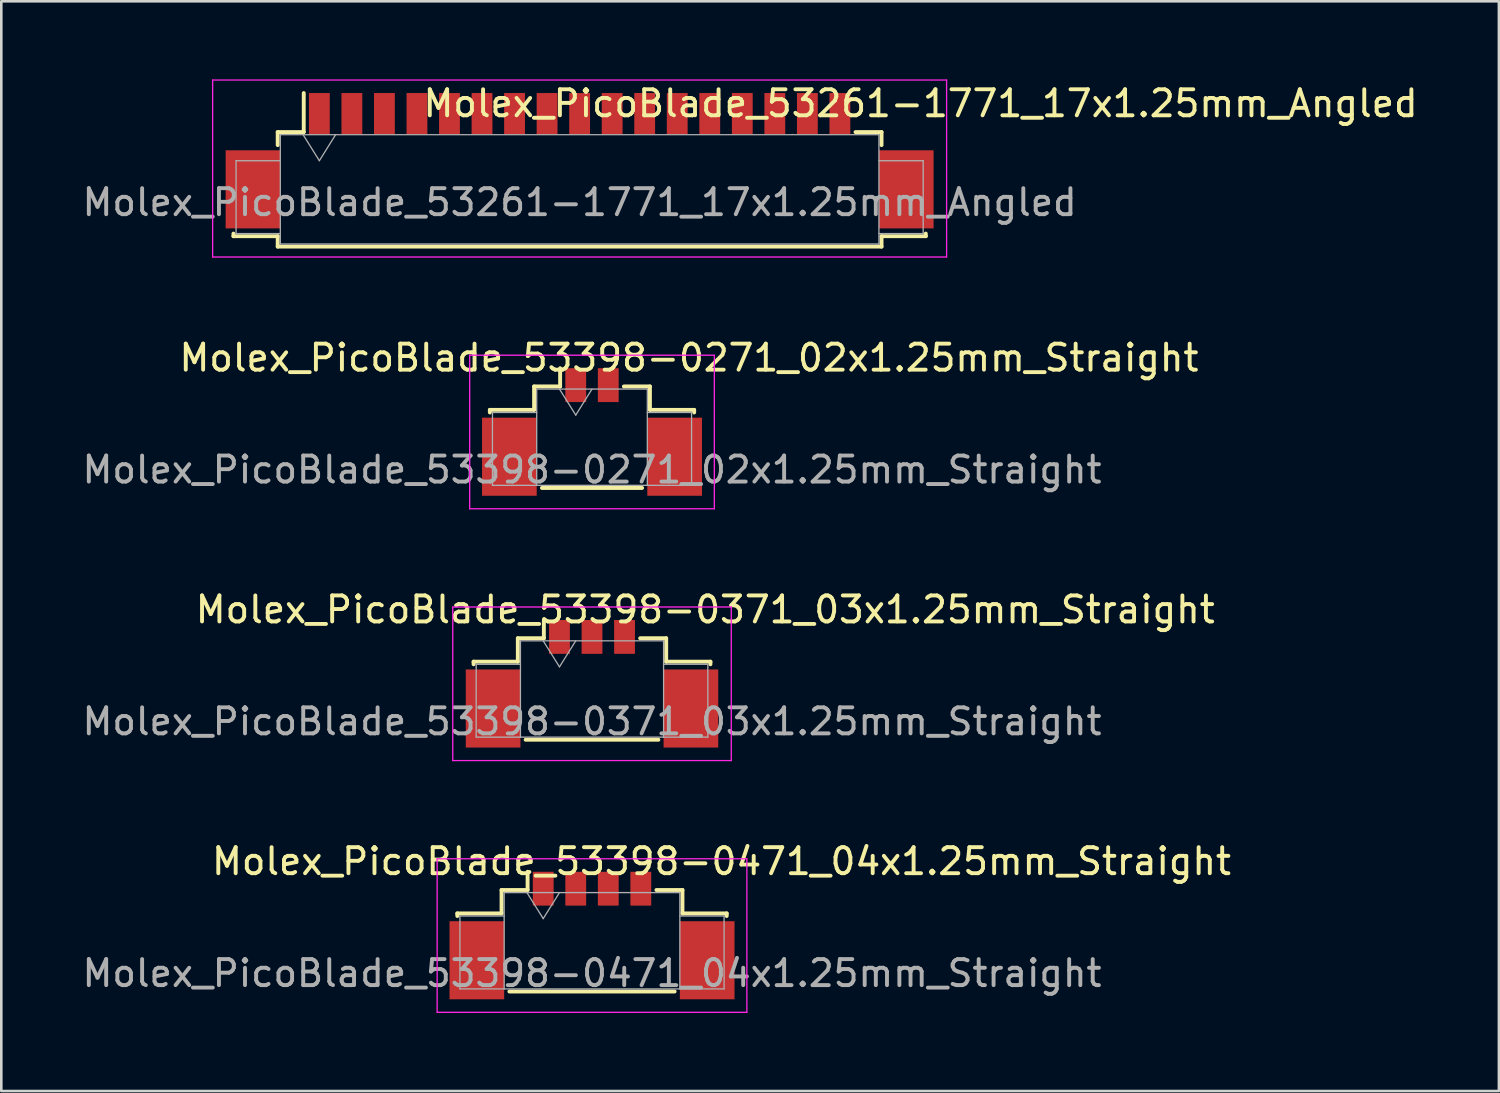
<source format=kicad_pcb>
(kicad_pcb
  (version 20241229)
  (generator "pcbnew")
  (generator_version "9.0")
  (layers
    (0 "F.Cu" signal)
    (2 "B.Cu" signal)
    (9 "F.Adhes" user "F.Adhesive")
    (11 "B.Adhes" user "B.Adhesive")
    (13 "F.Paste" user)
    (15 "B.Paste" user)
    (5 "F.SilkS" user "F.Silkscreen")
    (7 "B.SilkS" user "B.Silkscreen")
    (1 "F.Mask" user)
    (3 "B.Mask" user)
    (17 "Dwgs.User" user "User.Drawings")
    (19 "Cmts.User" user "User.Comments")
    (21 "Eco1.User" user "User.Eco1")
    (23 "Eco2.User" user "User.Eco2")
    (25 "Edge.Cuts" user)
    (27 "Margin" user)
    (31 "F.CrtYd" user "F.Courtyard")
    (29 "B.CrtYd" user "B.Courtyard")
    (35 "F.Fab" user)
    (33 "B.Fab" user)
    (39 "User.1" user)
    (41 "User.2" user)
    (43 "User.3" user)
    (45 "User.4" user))
  (footprint "Molex_PicoBlade_53398-0471_04x1.25mm_Straight"
    (layer "F.Cu")
    (at 19.696 33.845)
    (property "Reference" "Molex_PicoBlade_53398-0471_04x1.25mm_Straight" (at 0 0.5 0) (layer "F.Fab") (effects (font (size 1 1) (thickness 0.15))))
    (attr through_hole)
    (fp_line (start -5.175 -1.8) (end -5.175 -1.7) (stroke (width 0.15) (type solid)) (layer "F.SilkS"))
    (fp_line (start -3.475 -2.7) (end -3.475 -1.8) (stroke (width 0.15) (type solid)) (layer "F.SilkS"))
    (fp_line (start -3.475 -1.8) (end -5.175 -1.8) (stroke (width 0.15) (type solid)) (layer "F.SilkS"))
    (fp_line (start -3.175 1.2) (end 3.175 1.2) (stroke (width 0.15) (type solid)) (layer "F.SilkS"))
    (fp_line (start -2.475 -3.4) (end -2.475 -2.7) (stroke (width 0.15) (type solid)) (layer "F.SilkS"))
    (fp_line (start -2.475 -2.7) (end -3.475 -2.7) (stroke (width 0.15) (type solid)) (layer "F.SilkS"))
    (fp_line (start 2.475 -2.7) (end 3.475 -2.7) (stroke (width 0.15) (type solid)) (layer "F.SilkS"))
    (fp_line (start 3.475 -2.7) (end 3.475 -1.8) (stroke (width 0.15) (type solid)) (layer "F.SilkS"))
    (fp_line (start 3.475 -1.8) (end 5.175 -1.8) (stroke (width 0.15) (type solid)) (layer "F.SilkS"))
    (fp_line (start 5.175 -1.8) (end 5.175 -1.7) (stroke (width 0.15) (type solid)) (layer "F.SilkS"))
    (fp_line (start -5.95 -3.9) (end -5.95 2) (stroke (width 0.05) (type solid)) (layer "F.CrtYd"))
    (fp_line (start -5.95 2) (end 5.95 2) (stroke (width 0.05) (type solid)) (layer "F.CrtYd"))
    (fp_line (start 5.95 -3.9) (end -5.95 -3.9) (stroke (width 0.05) (type solid)) (layer "F.CrtYd"))
    (fp_line (start 5.95 2) (end 5.95 -3.9) (stroke (width 0.05) (type solid)) (layer "F.CrtYd"))
    (fp_line (start -5.075 -1.7) (end -3.375 -1.7) (stroke (width 0.05) (type solid)) (layer "F.Fab"))
    (fp_line (start -5.075 1.1) (end -5.075 -1.7) (stroke (width 0.05) (type solid)) (layer "F.Fab"))
    (fp_line (start -3.375 -2.6) (end 3.375 -2.6) (stroke (width 0.05) (type solid)) (layer "F.Fab"))
    (fp_line (start -3.375 1.1) (end -5.075 1.1) (stroke (width 0.05) (type solid)) (layer "F.Fab"))
    (fp_line (start -3.375 1.1) (end -3.375 -2.6) (stroke (width 0.05) (type solid)) (layer "F.Fab"))
    (fp_line (start -2.5 -2.6) (end -1.875 -1.6) (stroke (width 0.05) (type solid)) (layer "F.Fab"))
    (fp_line (start -1.875 -1.6) (end -1.25 -2.6) (stroke (width 0.05) (type solid)) (layer "F.Fab"))
    (fp_line (start 3.375 -2.6) (end 3.375 1.1) (stroke (width 0.05) (type solid)) (layer "F.Fab"))
    (fp_line (start 3.375 -1.7) (end 5.075 -1.7) (stroke (width 0.05) (type solid)) (layer "F.Fab"))
    (fp_line (start 3.375 1.1) (end -3.375 1.1) (stroke (width 0.05) (type solid)) (layer "F.Fab"))
    (fp_line (start 5.075 -1.7) (end 5.075 1.1) (stroke (width 0.05) (type solid)) (layer "F.Fab"))
    (fp_line (start 5.075 1.1) (end 3.375 1.1) (stroke (width 0.05) (type solid)) (layer "F.Fab"))
    (fp_text user "${REFERENCE}" (at 4.975 -3.8 0) (layer "F.SilkS") (effects (font (size 1 1) (thickness 0.15))))
    (pad "" smd rect (at -4.425 0) (size 2.1 3) (layers "F.Cu" "F.Mask" "F.Paste"))
    (pad "" smd rect (at 4.425 0) (size 2.1 3) (layers "F.Cu" "F.Mask" "F.Paste"))
    (pad "1" smd rect (at -1.875 -2.75) (size 0.8 1.3) (layers "F.Cu" "F.Mask" "F.Paste"))
    (pad "2" smd rect (at -0.625 -2.75) (size 0.8 1.3) (layers "F.Cu" "F.Mask" "F.Paste"))
    (pad "3" smd rect (at 0.625 -2.75) (size 0.8 1.3) (layers "F.Cu" "F.Mask" "F.Paste"))
    (pad "4" smd rect (at 1.875 -2.75) (size 0.8 1.3) (layers "F.Cu" "F.Mask" "F.Paste")))
  (footprint "Molex_PicoBlade_53398-0271_02x1.25mm_Straight"
    (layer "F.Cu")
    (at 19.696 14.498)
    (property "Reference" "Molex_PicoBlade_53398-0271_02x1.25mm_Straight" (at 0 0.5 0) (layer "F.Fab") (effects (font (size 1 1) (thickness 0.15))))
    (attr through_hole)
    (fp_line (start -3.925 -1.8) (end -3.925 -1.7) (stroke (width 0.15) (type solid)) (layer "F.SilkS"))
    (fp_line (start -2.225 -2.7) (end -2.225 -1.8) (stroke (width 0.15) (type solid)) (layer "F.SilkS"))
    (fp_line (start -2.225 -1.8) (end -3.925 -1.8) (stroke (width 0.15) (type solid)) (layer "F.SilkS"))
    (fp_line (start -1.925 1.2) (end 1.925 1.2) (stroke (width 0.15) (type solid)) (layer "F.SilkS"))
    (fp_line (start -1.225 -3.4) (end -1.225 -2.7) (stroke (width 0.15) (type solid)) (layer "F.SilkS"))
    (fp_line (start -1.225 -2.7) (end -2.225 -2.7) (stroke (width 0.15) (type solid)) (layer "F.SilkS"))
    (fp_line (start 1.225 -2.7) (end 2.225 -2.7) (stroke (width 0.15) (type solid)) (layer "F.SilkS"))
    (fp_line (start 2.225 -2.7) (end 2.225 -1.8) (stroke (width 0.15) (type solid)) (layer "F.SilkS"))
    (fp_line (start 2.225 -1.8) (end 3.925 -1.8) (stroke (width 0.15) (type solid)) (layer "F.SilkS"))
    (fp_line (start 3.925 -1.8) (end 3.925 -1.7) (stroke (width 0.15) (type solid)) (layer "F.SilkS"))
    (fp_line (start -4.7 -3.9) (end -4.7 2) (stroke (width 0.05) (type solid)) (layer "F.CrtYd"))
    (fp_line (start -4.7 2) (end 4.7 2) (stroke (width 0.05) (type solid)) (layer "F.CrtYd"))
    (fp_line (start 4.7 -3.9) (end -4.7 -3.9) (stroke (width 0.05) (type solid)) (layer "F.CrtYd"))
    (fp_line (start 4.7 2) (end 4.7 -3.9) (stroke (width 0.05) (type solid)) (layer "F.CrtYd"))
    (fp_line (start -3.825 -1.7) (end -2.125 -1.7) (stroke (width 0.05) (type solid)) (layer "F.Fab"))
    (fp_line (start -3.825 1.1) (end -3.825 -1.7) (stroke (width 0.05) (type solid)) (layer "F.Fab"))
    (fp_line (start -2.125 -2.6) (end 2.125 -2.6) (stroke (width 0.05) (type solid)) (layer "F.Fab"))
    (fp_line (start -2.125 1.1) (end -3.825 1.1) (stroke (width 0.05) (type solid)) (layer "F.Fab"))
    (fp_line (start -2.125 1.1) (end -2.125 -2.6) (stroke (width 0.05) (type solid)) (layer "F.Fab"))
    (fp_line (start -1.25 -2.6) (end -0.625 -1.6) (stroke (width 0.05) (type solid)) (layer "F.Fab"))
    (fp_line (start -0.625 -1.6) (end 0 -2.6) (stroke (width 0.05) (type solid)) (layer "F.Fab"))
    (fp_line (start 2.125 -2.6) (end 2.125 1.1) (stroke (width 0.05) (type solid)) (layer "F.Fab"))
    (fp_line (start 2.125 -1.7) (end 3.825 -1.7) (stroke (width 0.05) (type solid)) (layer "F.Fab"))
    (fp_line (start 2.125 1.1) (end -2.125 1.1) (stroke (width 0.05) (type solid)) (layer "F.Fab"))
    (fp_line (start 3.825 -1.7) (end 3.825 1.1) (stroke (width 0.05) (type solid)) (layer "F.Fab"))
    (fp_line (start 3.825 1.1) (end 2.125 1.1) (stroke (width 0.05) (type solid)) (layer "F.Fab"))
    (fp_text user "${REFERENCE}" (at 3.725 -3.8 0) (layer "F.SilkS") (effects (font (size 1 1) (thickness 0.15))))
    (pad "" smd rect (at -3.175 0) (size 2.1 3) (layers "F.Cu" "F.Mask" "F.Paste"))
    (pad "" smd rect (at 3.175 0) (size 2.1 3) (layers "F.Cu" "F.Mask" "F.Paste"))
    (pad "1" smd rect (at -0.625 -2.75) (size 0.8 1.3) (layers "F.Cu" "F.Mask" "F.Paste"))
    (pad "2" smd rect (at 0.625 -2.75) (size 0.8 1.3) (layers "F.Cu" "F.Mask" "F.Paste")))
  (footprint "Molex_PicoBlade_53261-1771_17x1.25mm_Angled"
    (layer "F.Cu")
    (at 19.22 4.225)
    (property "Reference" "Molex_PicoBlade_53261-1771_17x1.25mm_Angled" (at 0 0.5 0) (layer "F.Fab") (effects (font (size 1 1) (thickness 0.15))))
    (attr through_hole)
    (fp_line (start -13.3 1.7) (end -13.3 1.8) (stroke (width 0.15) (type solid)) (layer "F.SilkS"))
    (fp_line (start -13.3 1.8) (end -11.6 1.8) (stroke (width 0.15) (type solid)) (layer "F.SilkS"))
    (fp_line (start -11.6 -2.2) (end -11.6 -1.7) (stroke (width 0.15) (type solid)) (layer "F.SilkS"))
    (fp_line (start -11.6 1.8) (end -11.6 2.2) (stroke (width 0.15) (type solid)) (layer "F.SilkS"))
    (fp_line (start -11.6 2.2) (end 11.6 2.2) (stroke (width 0.15) (type solid)) (layer "F.SilkS"))
    (fp_line (start -10.6 -3.7) (end -10.6 -2.2) (stroke (width 0.15) (type solid)) (layer "F.SilkS"))
    (fp_line (start -10.6 -2.2) (end -11.6 -2.2) (stroke (width 0.15) (type solid)) (layer "F.SilkS"))
    (fp_line (start 10.6 -2.2) (end 11.6 -2.2) (stroke (width 0.15) (type solid)) (layer "F.SilkS"))
    (fp_line (start 11.6 -2.2) (end 11.6 -1.7) (stroke (width 0.15) (type solid)) (layer "F.SilkS"))
    (fp_line (start 11.6 1.8) (end 13.3 1.8) (stroke (width 0.15) (type solid)) (layer "F.SilkS"))
    (fp_line (start 11.6 2.2) (end 11.6 1.8) (stroke (width 0.15) (type solid)) (layer "F.SilkS"))
    (fp_line (start 13.3 1.8) (end 13.3 1.7) (stroke (width 0.15) (type solid)) (layer "F.SilkS"))
    (fp_line (start -14.1 -4.2) (end -14.1 2.6) (stroke (width 0.05) (type solid)) (layer "F.CrtYd"))
    (fp_line (start -14.1 2.6) (end 14.1 2.6) (stroke (width 0.05) (type solid)) (layer "F.CrtYd"))
    (fp_line (start 14.1 -4.2) (end -14.1 -4.2) (stroke (width 0.05) (type solid)) (layer "F.CrtYd"))
    (fp_line (start 14.1 2.6) (end 14.1 -4.2) (stroke (width 0.05) (type solid)) (layer "F.CrtYd"))
    (fp_line (start -13.2 -1.1) (end -11.5 -1.1) (stroke (width 0.05) (type solid)) (layer "F.Fab"))
    (fp_line (start -13.2 1.7) (end -13.2 -1.1) (stroke (width 0.05) (type solid)) (layer "F.Fab"))
    (fp_line (start -11.5 -2.1) (end 11.5 -2.1) (stroke (width 0.05) (type solid)) (layer "F.Fab"))
    (fp_line (start -11.5 1.7) (end -13.2 1.7) (stroke (width 0.05) (type solid)) (layer "F.Fab"))
    (fp_line (start -11.5 2.1) (end -11.5 -2.1) (stroke (width 0.05) (type solid)) (layer "F.Fab"))
    (fp_line (start -10.625 -2.1) (end -10 -1.1) (stroke (width 0.05) (type solid)) (layer "F.Fab"))
    (fp_line (start -10 -1.1) (end -9.375 -2.1) (stroke (width 0.05) (type solid)) (layer "F.Fab"))
    (fp_line (start 11.5 -2.1) (end 11.5 2.1) (stroke (width 0.05) (type solid)) (layer "F.Fab"))
    (fp_line (start 11.5 -1.1) (end 13.2 -1.1) (stroke (width 0.05) (type solid)) (layer "F.Fab"))
    (fp_line (start 11.5 2.1) (end -11.5 2.1) (stroke (width 0.05) (type solid)) (layer "F.Fab"))
    (fp_line (start 13.2 -1.1) (end 13.2 1.7) (stroke (width 0.05) (type solid)) (layer "F.Fab"))
    (fp_line (start 13.2 1.7) (end 11.5 1.7) (stroke (width 0.05) (type solid)) (layer "F.Fab"))
    (fp_text user "${REFERENCE}" (at 13.1 -3.3 0) (layer "F.SilkS") (effects (font (size 1 1) (thickness 0.15))))
    (pad "" smd rect (at -12.55 0) (size 2.1 3) (layers "F.Cu" "F.Mask" "F.Paste"))
    (pad "" smd rect (at 12.55 0) (size 2.1 3) (layers "F.Cu" "F.Mask" "F.Paste"))
    (pad "1" smd rect (at -10 -2.9) (size 0.8 1.6) (layers "F.Cu" "F.Mask" "F.Paste"))
    (pad "2" smd rect (at -8.75 -2.9) (size 0.8 1.6) (layers "F.Cu" "F.Mask" "F.Paste"))
    (pad "3" smd rect (at -7.5 -2.9) (size 0.8 1.6) (layers "F.Cu" "F.Mask" "F.Paste"))
    (pad "4" smd rect (at -6.25 -2.9) (size 0.8 1.6) (layers "F.Cu" "F.Mask" "F.Paste"))
    (pad "5" smd rect (at -5 -2.9) (size 0.8 1.6) (layers "F.Cu" "F.Mask" "F.Paste"))
    (pad "6" smd rect (at -3.75 -2.9) (size 0.8 1.6) (layers "F.Cu" "F.Mask" "F.Paste"))
    (pad "7" smd rect (at -2.5 -2.9) (size 0.8 1.6) (layers "F.Cu" "F.Mask" "F.Paste"))
    (pad "8" smd rect (at -1.25 -2.9) (size 0.8 1.6) (layers "F.Cu" "F.Mask" "F.Paste"))
    (pad "9" smd rect (at 0 -2.9) (size 0.8 1.6) (layers "F.Cu" "F.Mask" "F.Paste"))
    (pad "10" smd rect (at 1.25 -2.9) (size 0.8 1.6) (layers "F.Cu" "F.Mask" "F.Paste"))
    (pad "11" smd rect (at 2.5 -2.9) (size 0.8 1.6) (layers "F.Cu" "F.Mask" "F.Paste"))
    (pad "12" smd rect (at 3.75 -2.9) (size 0.8 1.6) (layers "F.Cu" "F.Mask" "F.Paste"))
    (pad "13" smd rect (at 5 -2.9) (size 0.8 1.6) (layers "F.Cu" "F.Mask" "F.Paste"))
    (pad "14" smd rect (at 6.25 -2.9) (size 0.8 1.6) (layers "F.Cu" "F.Mask" "F.Paste"))
    (pad "15" smd rect (at 7.5 -2.9) (size 0.8 1.6) (layers "F.Cu" "F.Mask" "F.Paste"))
    (pad "16" smd rect (at 8.75 -2.9) (size 0.8 1.6) (layers "F.Cu" "F.Mask" "F.Paste"))
    (pad "17" smd rect (at 10 -2.9) (size 0.8 1.6) (layers "F.Cu" "F.Mask" "F.Paste")))
  (footprint "Molex_PicoBlade_53398-0371_03x1.25mm_Straight"
    (layer "F.Cu")
    (at 19.696 24.172)
    (property "Reference" "Molex_PicoBlade_53398-0371_03x1.25mm_Straight" (at 0 0.5 0) (layer "F.Fab") (effects (font (size 1 1) (thickness 0.15))))
    (attr through_hole)
    (fp_line (start -4.55 -1.8) (end -4.55 -1.7) (stroke (width 0.15) (type solid)) (layer "F.SilkS"))
    (fp_line (start -2.85 -2.7) (end -2.85 -1.8) (stroke (width 0.15) (type solid)) (layer "F.SilkS"))
    (fp_line (start -2.85 -1.8) (end -4.55 -1.8) (stroke (width 0.15) (type solid)) (layer "F.SilkS"))
    (fp_line (start -2.55 1.2) (end 2.55 1.2) (stroke (width 0.15) (type solid)) (layer "F.SilkS"))
    (fp_line (start -1.85 -3.4) (end -1.85 -2.7) (stroke (width 0.15) (type solid)) (layer "F.SilkS"))
    (fp_line (start -1.85 -2.7) (end -2.85 -2.7) (stroke (width 0.15) (type solid)) (layer "F.SilkS"))
    (fp_line (start 1.85 -2.7) (end 2.85 -2.7) (stroke (width 0.15) (type solid)) (layer "F.SilkS"))
    (fp_line (start 2.85 -2.7) (end 2.85 -1.8) (stroke (width 0.15) (type solid)) (layer "F.SilkS"))
    (fp_line (start 2.85 -1.8) (end 4.55 -1.8) (stroke (width 0.15) (type solid)) (layer "F.SilkS"))
    (fp_line (start 4.55 -1.8) (end 4.55 -1.7) (stroke (width 0.15) (type solid)) (layer "F.SilkS"))
    (fp_line (start -5.35 -3.9) (end -5.35 2) (stroke (width 0.05) (type solid)) (layer "F.CrtYd"))
    (fp_line (start -5.35 2) (end 5.35 2) (stroke (width 0.05) (type solid)) (layer "F.CrtYd"))
    (fp_line (start 5.35 -3.9) (end -5.35 -3.9) (stroke (width 0.05) (type solid)) (layer "F.CrtYd"))
    (fp_line (start 5.35 2) (end 5.35 -3.9) (stroke (width 0.05) (type solid)) (layer "F.CrtYd"))
    (fp_line (start -4.45 -1.7) (end -2.75 -1.7) (stroke (width 0.05) (type solid)) (layer "F.Fab"))
    (fp_line (start -4.45 1.1) (end -4.45 -1.7) (stroke (width 0.05) (type solid)) (layer "F.Fab"))
    (fp_line (start -2.75 -2.6) (end 2.75 -2.6) (stroke (width 0.05) (type solid)) (layer "F.Fab"))
    (fp_line (start -2.75 1.1) (end -4.45 1.1) (stroke (width 0.05) (type solid)) (layer "F.Fab"))
    (fp_line (start -2.75 1.1) (end -2.75 -2.6) (stroke (width 0.05) (type solid)) (layer "F.Fab"))
    (fp_line (start -1.875 -2.6) (end -1.25 -1.6) (stroke (width 0.05) (type solid)) (layer "F.Fab"))
    (fp_line (start -1.25 -1.6) (end -0.625 -2.6) (stroke (width 0.05) (type solid)) (layer "F.Fab"))
    (fp_line (start 2.75 -2.6) (end 2.75 1.1) (stroke (width 0.05) (type solid)) (layer "F.Fab"))
    (fp_line (start 2.75 -1.7) (end 4.45 -1.7) (stroke (width 0.05) (type solid)) (layer "F.Fab"))
    (fp_line (start 2.75 1.1) (end -2.75 1.1) (stroke (width 0.05) (type solid)) (layer "F.Fab"))
    (fp_line (start 4.45 -1.7) (end 4.45 1.1) (stroke (width 0.05) (type solid)) (layer "F.Fab"))
    (fp_line (start 4.45 1.1) (end 2.75 1.1) (stroke (width 0.05) (type solid)) (layer "F.Fab"))
    (fp_text user "${REFERENCE}" (at 4.35 -3.8 0) (layer "F.SilkS") (effects (font (size 1 1) (thickness 0.15))))
    (pad "" smd rect (at -3.8 0) (size 2.1 3) (layers "F.Cu" "F.Mask" "F.Paste"))
    (pad "" smd rect (at 3.8 0) (size 2.1 3) (layers "F.Cu" "F.Mask" "F.Paste"))
    (pad "1" smd rect (at -1.25 -2.75) (size 0.8 1.3) (layers "F.Cu" "F.Mask" "F.Paste"))
    (pad "2" smd rect (at 0 -2.75) (size 0.8 1.3) (layers "F.Cu" "F.Mask" "F.Paste"))
    (pad "3" smd rect (at 1.25 -2.75) (size 0.8 1.3) (layers "F.Cu" "F.Mask" "F.Paste")))
  (gr_rect
    (start -3 -3)
    (end 54.54 38.87)
    (stroke (width 0.1) (type default))
    (fill no)
    (layer "Edge.Cuts")))
</source>
